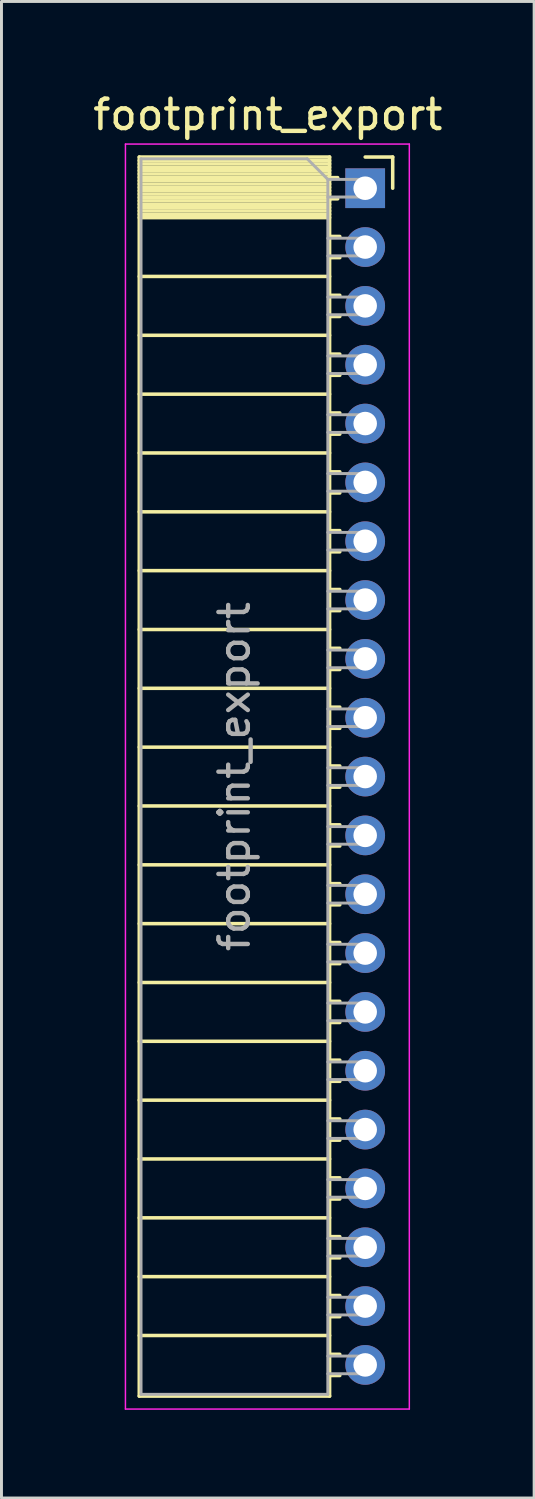
<source format=kicad_pcb>
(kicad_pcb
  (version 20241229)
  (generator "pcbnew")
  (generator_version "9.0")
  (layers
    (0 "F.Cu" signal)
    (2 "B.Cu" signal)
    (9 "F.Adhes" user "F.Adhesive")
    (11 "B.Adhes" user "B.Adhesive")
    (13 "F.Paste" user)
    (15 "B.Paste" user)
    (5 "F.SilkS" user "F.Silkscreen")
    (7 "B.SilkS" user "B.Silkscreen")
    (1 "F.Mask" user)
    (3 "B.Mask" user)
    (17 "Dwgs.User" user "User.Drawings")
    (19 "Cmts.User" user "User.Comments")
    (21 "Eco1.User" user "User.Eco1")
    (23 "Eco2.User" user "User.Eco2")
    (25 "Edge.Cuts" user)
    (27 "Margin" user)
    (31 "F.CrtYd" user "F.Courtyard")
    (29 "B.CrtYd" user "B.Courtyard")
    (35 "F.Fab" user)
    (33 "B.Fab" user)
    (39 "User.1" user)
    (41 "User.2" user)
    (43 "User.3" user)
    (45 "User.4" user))
  (footprint "footprint_export"
    (layer "F.Cu")
    (at 9.364 3.348)
    (property "Reference" "footprint_export" (at -3.31 -2.5 0) (layer "F.SilkS") (effects (font (size 1 1) (thickness 0.15))))
    (attr through_hole)
    (fp_line (start -7.68 -1.06) (end -7.68 41.06) (stroke (width 0.12) (type solid)) (layer "F.SilkS"))
    (fp_line (start -7.68 -1.06) (end -1.21 -1.06) (stroke (width 0.12) (type solid)) (layer "F.SilkS"))
    (fp_line (start -7.68 -0.94) (end -1.21 -0.94) (stroke (width 0.12) (type solid)) (layer "F.SilkS"))
    (fp_line (start -7.68 -0.826) (end -1.21 -0.826) (stroke (width 0.12) (type solid)) (layer "F.SilkS"))
    (fp_line (start -7.68 -0.712) (end -1.21 -0.712) (stroke (width 0.12) (type solid)) (layer "F.SilkS"))
    (fp_line (start -7.68 -0.598) (end -1.21 -0.598) (stroke (width 0.12) (type solid)) (layer "F.SilkS"))
    (fp_line (start -7.68 -0.484) (end -1.21 -0.484) (stroke (width 0.12) (type solid)) (layer "F.SilkS"))
    (fp_line (start -7.68 -0.369) (end -1.21 -0.369) (stroke (width 0.12) (type solid)) (layer "F.SilkS"))
    (fp_line (start -7.68 -0.255) (end -1.21 -0.255) (stroke (width 0.12) (type solid)) (layer "F.SilkS"))
    (fp_line (start -7.68 -0.141) (end -1.21 -0.141) (stroke (width 0.12) (type solid)) (layer "F.SilkS"))
    (fp_line (start -7.68 -0.027) (end -1.21 -0.027) (stroke (width 0.12) (type solid)) (layer "F.SilkS"))
    (fp_line (start -7.68 0.087) (end -1.21 0.087) (stroke (width 0.12) (type solid)) (layer "F.SilkS"))
    (fp_line (start -7.68 0.201) (end -1.21 0.201) (stroke (width 0.12) (type solid)) (layer "F.SilkS"))
    (fp_line (start -7.68 0.315) (end -1.21 0.315) (stroke (width 0.12) (type solid)) (layer "F.SilkS"))
    (fp_line (start -7.68 0.429) (end -1.21 0.429) (stroke (width 0.12) (type solid)) (layer "F.SilkS"))
    (fp_line (start -7.68 0.544) (end -1.21 0.544) (stroke (width 0.12) (type solid)) (layer "F.SilkS"))
    (fp_line (start -7.68 0.658) (end -1.21 0.658) (stroke (width 0.12) (type solid)) (layer "F.SilkS"))
    (fp_line (start -7.68 0.772) (end -1.21 0.772) (stroke (width 0.12) (type solid)) (layer "F.SilkS"))
    (fp_line (start -7.68 0.886) (end -1.21 0.886) (stroke (width 0.12) (type solid)) (layer "F.SilkS"))
    (fp_line (start -7.68 1) (end -1.21 1) (stroke (width 0.12) (type solid)) (layer "F.SilkS"))
    (fp_line (start -7.68 3) (end -1.21 3) (stroke (width 0.12) (type solid)) (layer "F.SilkS"))
    (fp_line (start -7.68 5) (end -1.21 5) (stroke (width 0.12) (type solid)) (layer "F.SilkS"))
    (fp_line (start -7.68 7) (end -1.21 7) (stroke (width 0.12) (type solid)) (layer "F.SilkS"))
    (fp_line (start -7.68 9) (end -1.21 9) (stroke (width 0.12) (type solid)) (layer "F.SilkS"))
    (fp_line (start -7.68 11) (end -1.21 11) (stroke (width 0.12) (type solid)) (layer "F.SilkS"))
    (fp_line (start -7.68 13) (end -1.21 13) (stroke (width 0.12) (type solid)) (layer "F.SilkS"))
    (fp_line (start -7.68 15) (end -1.21 15) (stroke (width 0.12) (type solid)) (layer "F.SilkS"))
    (fp_line (start -7.68 17) (end -1.21 17) (stroke (width 0.12) (type solid)) (layer "F.SilkS"))
    (fp_line (start -7.68 19) (end -1.21 19) (stroke (width 0.12) (type solid)) (layer "F.SilkS"))
    (fp_line (start -7.68 21) (end -1.21 21) (stroke (width 0.12) (type solid)) (layer "F.SilkS"))
    (fp_line (start -7.68 23) (end -1.21 23) (stroke (width 0.12) (type solid)) (layer "F.SilkS"))
    (fp_line (start -7.68 25) (end -1.21 25) (stroke (width 0.12) (type solid)) (layer "F.SilkS"))
    (fp_line (start -7.68 27) (end -1.21 27) (stroke (width 0.12) (type solid)) (layer "F.SilkS"))
    (fp_line (start -7.68 29) (end -1.21 29) (stroke (width 0.12) (type solid)) (layer "F.SilkS"))
    (fp_line (start -7.68 31) (end -1.21 31) (stroke (width 0.12) (type solid)) (layer "F.SilkS"))
    (fp_line (start -7.68 33) (end -1.21 33) (stroke (width 0.12) (type solid)) (layer "F.SilkS"))
    (fp_line (start -7.68 35) (end -1.21 35) (stroke (width 0.12) (type solid)) (layer "F.SilkS"))
    (fp_line (start -7.68 37) (end -1.21 37) (stroke (width 0.12) (type solid)) (layer "F.SilkS"))
    (fp_line (start -7.68 39) (end -1.21 39) (stroke (width 0.12) (type solid)) (layer "F.SilkS"))
    (fp_line (start -7.68 41.06) (end -1.21 41.06) (stroke (width 0.12) (type solid)) (layer "F.SilkS"))
    (fp_line (start -1.21 -1.06) (end -1.21 41.06) (stroke (width 0.12) (type solid)) (layer "F.SilkS"))
    (fp_line (start -1.21 -0.36) (end -0.935 -0.36) (stroke (width 0.12) (type solid)) (layer "F.SilkS"))
    (fp_line (start -1.21 0.36) (end -0.935 0.36) (stroke (width 0.12) (type solid)) (layer "F.SilkS"))
    (fp_line (start -1.21 1.64) (end -0.863 1.64) (stroke (width 0.12) (type solid)) (layer "F.SilkS"))
    (fp_line (start -1.21 2.36) (end -0.863 2.36) (stroke (width 0.12) (type solid)) (layer "F.SilkS"))
    (fp_line (start -1.21 3.64) (end -0.863 3.64) (stroke (width 0.12) (type solid)) (layer "F.SilkS"))
    (fp_line (start -1.21 4.36) (end -0.863 4.36) (stroke (width 0.12) (type solid)) (layer "F.SilkS"))
    (fp_line (start -1.21 5.64) (end -0.863 5.64) (stroke (width 0.12) (type solid)) (layer "F.SilkS"))
    (fp_line (start -1.21 6.36) (end -0.863 6.36) (stroke (width 0.12) (type solid)) (layer "F.SilkS"))
    (fp_line (start -1.21 7.64) (end -0.863 7.64) (stroke (width 0.12) (type solid)) (layer "F.SilkS"))
    (fp_line (start -1.21 8.36) (end -0.863 8.36) (stroke (width 0.12) (type solid)) (layer "F.SilkS"))
    (fp_line (start -1.21 9.64) (end -0.863 9.64) (stroke (width 0.12) (type solid)) (layer "F.SilkS"))
    (fp_line (start -1.21 10.36) (end -0.863 10.36) (stroke (width 0.12) (type solid)) (layer "F.SilkS"))
    (fp_line (start -1.21 11.64) (end -0.863 11.64) (stroke (width 0.12) (type solid)) (layer "F.SilkS"))
    (fp_line (start -1.21 12.36) (end -0.863 12.36) (stroke (width 0.12) (type solid)) (layer "F.SilkS"))
    (fp_line (start -1.21 13.64) (end -0.863 13.64) (stroke (width 0.12) (type solid)) (layer "F.SilkS"))
    (fp_line (start -1.21 14.36) (end -0.863 14.36) (stroke (width 0.12) (type solid)) (layer "F.SilkS"))
    (fp_line (start -1.21 15.64) (end -0.863 15.64) (stroke (width 0.12) (type solid)) (layer "F.SilkS"))
    (fp_line (start -1.21 16.36) (end -0.863 16.36) (stroke (width 0.12) (type solid)) (layer "F.SilkS"))
    (fp_line (start -1.21 17.64) (end -0.863 17.64) (stroke (width 0.12) (type solid)) (layer "F.SilkS"))
    (fp_line (start -1.21 18.36) (end -0.863 18.36) (stroke (width 0.12) (type solid)) (layer "F.SilkS"))
    (fp_line (start -1.21 19.64) (end -0.863 19.64) (stroke (width 0.12) (type solid)) (layer "F.SilkS"))
    (fp_line (start -1.21 20.36) (end -0.863 20.36) (stroke (width 0.12) (type solid)) (layer "F.SilkS"))
    (fp_line (start -1.21 21.64) (end -0.863 21.64) (stroke (width 0.12) (type solid)) (layer "F.SilkS"))
    (fp_line (start -1.21 22.36) (end -0.863 22.36) (stroke (width 0.12) (type solid)) (layer "F.SilkS"))
    (fp_line (start -1.21 23.64) (end -0.863 23.64) (stroke (width 0.12) (type solid)) (layer "F.SilkS"))
    (fp_line (start -1.21 24.36) (end -0.863 24.36) (stroke (width 0.12) (type solid)) (layer "F.SilkS"))
    (fp_line (start -1.21 25.64) (end -0.863 25.64) (stroke (width 0.12) (type solid)) (layer "F.SilkS"))
    (fp_line (start -1.21 26.36) (end -0.863 26.36) (stroke (width 0.12) (type solid)) (layer "F.SilkS"))
    (fp_line (start -1.21 27.64) (end -0.863 27.64) (stroke (width 0.12) (type solid)) (layer "F.SilkS"))
    (fp_line (start -1.21 28.36) (end -0.863 28.36) (stroke (width 0.12) (type solid)) (layer "F.SilkS"))
    (fp_line (start -1.21 29.64) (end -0.863 29.64) (stroke (width 0.12) (type solid)) (layer "F.SilkS"))
    (fp_line (start -1.21 30.36) (end -0.863 30.36) (stroke (width 0.12) (type solid)) (layer "F.SilkS"))
    (fp_line (start -1.21 31.64) (end -0.863 31.64) (stroke (width 0.12) (type solid)) (layer "F.SilkS"))
    (fp_line (start -1.21 32.36) (end -0.863 32.36) (stroke (width 0.12) (type solid)) (layer "F.SilkS"))
    (fp_line (start -1.21 33.64) (end -0.863 33.64) (stroke (width 0.12) (type solid)) (layer "F.SilkS"))
    (fp_line (start -1.21 34.36) (end -0.863 34.36) (stroke (width 0.12) (type solid)) (layer "F.SilkS"))
    (fp_line (start -1.21 35.64) (end -0.863 35.64) (stroke (width 0.12) (type solid)) (layer "F.SilkS"))
    (fp_line (start -1.21 36.36) (end -0.863 36.36) (stroke (width 0.12) (type solid)) (layer "F.SilkS"))
    (fp_line (start -1.21 37.64) (end -0.863 37.64) (stroke (width 0.12) (type solid)) (layer "F.SilkS"))
    (fp_line (start -1.21 38.36) (end -0.863 38.36) (stroke (width 0.12) (type solid)) (layer "F.SilkS"))
    (fp_line (start -1.21 39.64) (end -0.863 39.64) (stroke (width 0.12) (type solid)) (layer "F.SilkS"))
    (fp_line (start -1.21 40.36) (end -0.863 40.36) (stroke (width 0.12) (type solid)) (layer "F.SilkS"))
    (fp_line (start 0 -1.06) (end 0.935 -1.06) (stroke (width 0.12) (type solid)) (layer "F.SilkS"))
    (fp_line (start 0.935 -1.06) (end 0.935 0) (stroke (width 0.12) (type solid)) (layer "F.SilkS"))
    (fp_line (start -8.15 -1.5) (end -8.15 41.5) (stroke (width 0.05) (type solid)) (layer "F.CrtYd"))
    (fp_line (start -8.15 41.5) (end 1.5 41.5) (stroke (width 0.05) (type solid)) (layer "F.CrtYd"))
    (fp_line (start 1.5 -1.5) (end -8.15 -1.5) (stroke (width 0.05) (type solid)) (layer "F.CrtYd"))
    (fp_line (start 1.5 41.5) (end 1.5 -1.5) (stroke (width 0.05) (type solid)) (layer "F.CrtYd"))
    (fp_line (start -7.62 -1) (end -1.97 -1) (stroke (width 0.1) (type solid)) (layer "F.Fab"))
    (fp_line (start -7.62 41) (end -7.62 -1) (stroke (width 0.1) (type solid)) (layer "F.Fab"))
    (fp_line (start -1.97 -1) (end -1.27 -0.3) (stroke (width 0.1) (type solid)) (layer "F.Fab"))
    (fp_line (start -1.27 -0.3) (end -1.27 41) (stroke (width 0.1) (type solid)) (layer "F.Fab"))
    (fp_line (start -1.27 0.3) (end 0 0.3) (stroke (width 0.1) (type solid)) (layer "F.Fab"))
    (fp_line (start -1.27 2.3) (end 0 2.3) (stroke (width 0.1) (type solid)) (layer "F.Fab"))
    (fp_line (start -1.27 4.3) (end 0 4.3) (stroke (width 0.1) (type solid)) (layer "F.Fab"))
    (fp_line (start -1.27 6.3) (end 0 6.3) (stroke (width 0.1) (type solid)) (layer "F.Fab"))
    (fp_line (start -1.27 8.3) (end 0 8.3) (stroke (width 0.1) (type solid)) (layer "F.Fab"))
    (fp_line (start -1.27 10.3) (end 0 10.3) (stroke (width 0.1) (type solid)) (layer "F.Fab"))
    (fp_line (start -1.27 12.3) (end 0 12.3) (stroke (width 0.1) (type solid)) (layer "F.Fab"))
    (fp_line (start -1.27 14.3) (end 0 14.3) (stroke (width 0.1) (type solid)) (layer "F.Fab"))
    (fp_line (start -1.27 16.3) (end 0 16.3) (stroke (width 0.1) (type solid)) (layer "F.Fab"))
    (fp_line (start -1.27 18.3) (end 0 18.3) (stroke (width 0.1) (type solid)) (layer "F.Fab"))
    (fp_line (start -1.27 20.3) (end 0 20.3) (stroke (width 0.1) (type solid)) (layer "F.Fab"))
    (fp_line (start -1.27 22.3) (end 0 22.3) (stroke (width 0.1) (type solid)) (layer "F.Fab"))
    (fp_line (start -1.27 24.3) (end 0 24.3) (stroke (width 0.1) (type solid)) (layer "F.Fab"))
    (fp_line (start -1.27 26.3) (end 0 26.3) (stroke (width 0.1) (type solid)) (layer "F.Fab"))
    (fp_line (start -1.27 28.3) (end 0 28.3) (stroke (width 0.1) (type solid)) (layer "F.Fab"))
    (fp_line (start -1.27 30.3) (end 0 30.3) (stroke (width 0.1) (type solid)) (layer "F.Fab"))
    (fp_line (start -1.27 32.3) (end 0 32.3) (stroke (width 0.1) (type solid)) (layer "F.Fab"))
    (fp_line (start -1.27 34.3) (end 0 34.3) (stroke (width 0.1) (type solid)) (layer "F.Fab"))
    (fp_line (start -1.27 36.3) (end 0 36.3) (stroke (width 0.1) (type solid)) (layer "F.Fab"))
    (fp_line (start -1.27 38.3) (end 0 38.3) (stroke (width 0.1) (type solid)) (layer "F.Fab"))
    (fp_line (start -1.27 40.3) (end 0 40.3) (stroke (width 0.1) (type solid)) (layer "F.Fab"))
    (fp_line (start -1.27 41) (end -7.62 41) (stroke (width 0.1) (type solid)) (layer "F.Fab"))
    (fp_line (start 0 -0.3) (end -1.27 -0.3) (stroke (width 0.1) (type solid)) (layer "F.Fab"))
    (fp_line (start 0 0.3) (end 0 -0.3) (stroke (width 0.1) (type solid)) (layer "F.Fab"))
    (fp_line (start 0 1.7) (end -1.27 1.7) (stroke (width 0.1) (type solid)) (layer "F.Fab"))
    (fp_line (start 0 2.3) (end 0 1.7) (stroke (width 0.1) (type solid)) (layer "F.Fab"))
    (fp_line (start 0 3.7) (end -1.27 3.7) (stroke (width 0.1) (type solid)) (layer "F.Fab"))
    (fp_line (start 0 4.3) (end 0 3.7) (stroke (width 0.1) (type solid)) (layer "F.Fab"))
    (fp_line (start 0 5.7) (end -1.27 5.7) (stroke (width 0.1) (type solid)) (layer "F.Fab"))
    (fp_line (start 0 6.3) (end 0 5.7) (stroke (width 0.1) (type solid)) (layer "F.Fab"))
    (fp_line (start 0 7.7) (end -1.27 7.7) (stroke (width 0.1) (type solid)) (layer "F.Fab"))
    (fp_line (start 0 8.3) (end 0 7.7) (stroke (width 0.1) (type solid)) (layer "F.Fab"))
    (fp_line (start 0 9.7) (end -1.27 9.7) (stroke (width 0.1) (type solid)) (layer "F.Fab"))
    (fp_line (start 0 10.3) (end 0 9.7) (stroke (width 0.1) (type solid)) (layer "F.Fab"))
    (fp_line (start 0 11.7) (end -1.27 11.7) (stroke (width 0.1) (type solid)) (layer "F.Fab"))
    (fp_line (start 0 12.3) (end 0 11.7) (stroke (width 0.1) (type solid)) (layer "F.Fab"))
    (fp_line (start 0 13.7) (end -1.27 13.7) (stroke (width 0.1) (type solid)) (layer "F.Fab"))
    (fp_line (start 0 14.3) (end 0 13.7) (stroke (width 0.1) (type solid)) (layer "F.Fab"))
    (fp_line (start 0 15.7) (end -1.27 15.7) (stroke (width 0.1) (type solid)) (layer "F.Fab"))
    (fp_line (start 0 16.3) (end 0 15.7) (stroke (width 0.1) (type solid)) (layer "F.Fab"))
    (fp_line (start 0 17.7) (end -1.27 17.7) (stroke (width 0.1) (type solid)) (layer "F.Fab"))
    (fp_line (start 0 18.3) (end 0 17.7) (stroke (width 0.1) (type solid)) (layer "F.Fab"))
    (fp_line (start 0 19.7) (end -1.27 19.7) (stroke (width 0.1) (type solid)) (layer "F.Fab"))
    (fp_line (start 0 20.3) (end 0 19.7) (stroke (width 0.1) (type solid)) (layer "F.Fab"))
    (fp_line (start 0 21.7) (end -1.27 21.7) (stroke (width 0.1) (type solid)) (layer "F.Fab"))
    (fp_line (start 0 22.3) (end 0 21.7) (stroke (width 0.1) (type solid)) (layer "F.Fab"))
    (fp_line (start 0 23.7) (end -1.27 23.7) (stroke (width 0.1) (type solid)) (layer "F.Fab"))
    (fp_line (start 0 24.3) (end 0 23.7) (stroke (width 0.1) (type solid)) (layer "F.Fab"))
    (fp_line (start 0 25.7) (end -1.27 25.7) (stroke (width 0.1) (type solid)) (layer "F.Fab"))
    (fp_line (start 0 26.3) (end 0 25.7) (stroke (width 0.1) (type solid)) (layer "F.Fab"))
    (fp_line (start 0 27.7) (end -1.27 27.7) (stroke (width 0.1) (type solid)) (layer "F.Fab"))
    (fp_line (start 0 28.3) (end 0 27.7) (stroke (width 0.1) (type solid)) (layer "F.Fab"))
    (fp_line (start 0 29.7) (end -1.27 29.7) (stroke (width 0.1) (type solid)) (layer "F.Fab"))
    (fp_line (start 0 30.3) (end 0 29.7) (stroke (width 0.1) (type solid)) (layer "F.Fab"))
    (fp_line (start 0 31.7) (end -1.27 31.7) (stroke (width 0.1) (type solid)) (layer "F.Fab"))
    (fp_line (start 0 32.3) (end 0 31.7) (stroke (width 0.1) (type solid)) (layer "F.Fab"))
    (fp_line (start 0 33.7) (end -1.27 33.7) (stroke (width 0.1) (type solid)) (layer "F.Fab"))
    (fp_line (start 0 34.3) (end 0 33.7) (stroke (width 0.1) (type solid)) (layer "F.Fab"))
    (fp_line (start 0 35.7) (end -1.27 35.7) (stroke (width 0.1) (type solid)) (layer "F.Fab"))
    (fp_line (start 0 36.3) (end 0 35.7) (stroke (width 0.1) (type solid)) (layer "F.Fab"))
    (fp_line (start 0 37.7) (end -1.27 37.7) (stroke (width 0.1) (type solid)) (layer "F.Fab"))
    (fp_line (start 0 38.3) (end 0 37.7) (stroke (width 0.1) (type solid)) (layer "F.Fab"))
    (fp_line (start 0 39.7) (end -1.27 39.7) (stroke (width 0.1) (type solid)) (layer "F.Fab"))
    (fp_line (start 0 40.3) (end 0 39.7) (stroke (width 0.1) (type solid)) (layer "F.Fab"))
    (fp_text user "${REFERENCE}" (at -4.445 20 90) (layer "F.Fab") (effects (font (size 1 1) (thickness 0.15))))
    (pad "1" thru_hole rect (at 0 0) (size 1.35 1.35) (drill 0.8) (layers "*.Cu" "*.Mask"))
    (pad "2" thru_hole oval (at 0 2) (size 1.35 1.35) (drill 0.8) (layers "*.Cu" "*.Mask"))
    (pad "3" thru_hole oval (at 0 4) (size 1.35 1.35) (drill 0.8) (layers "*.Cu" "*.Mask"))
    (pad "4" thru_hole oval (at 0 6) (size 1.35 1.35) (drill 0.8) (layers "*.Cu" "*.Mask"))
    (pad "5" thru_hole oval (at 0 8) (size 1.35 1.35) (drill 0.8) (layers "*.Cu" "*.Mask"))
    (pad "6" thru_hole oval (at 0 10) (size 1.35 1.35) (drill 0.8) (layers "*.Cu" "*.Mask"))
    (pad "7" thru_hole oval (at 0 12) (size 1.35 1.35) (drill 0.8) (layers "*.Cu" "*.Mask"))
    (pad "8" thru_hole oval (at 0 14) (size 1.35 1.35) (drill 0.8) (layers "*.Cu" "*.Mask"))
    (pad "9" thru_hole oval (at 0 16) (size 1.35 1.35) (drill 0.8) (layers "*.Cu" "*.Mask"))
    (pad "10" thru_hole oval (at 0 18) (size 1.35 1.35) (drill 0.8) (layers "*.Cu" "*.Mask"))
    (pad "11" thru_hole oval (at 0 20) (size 1.35 1.35) (drill 0.8) (layers "*.Cu" "*.Mask"))
    (pad "12" thru_hole oval (at 0 22) (size 1.35 1.35) (drill 0.8) (layers "*.Cu" "*.Mask"))
    (pad "13" thru_hole oval (at 0 24) (size 1.35 1.35) (drill 0.8) (layers "*.Cu" "*.Mask"))
    (pad "14" thru_hole oval (at 0 26) (size 1.35 1.35) (drill 0.8) (layers "*.Cu" "*.Mask"))
    (pad "15" thru_hole oval (at 0 28) (size 1.35 1.35) (drill 0.8) (layers "*.Cu" "*.Mask"))
    (pad "16" thru_hole oval (at 0 30) (size 1.35 1.35) (drill 0.8) (layers "*.Cu" "*.Mask"))
    (pad "17" thru_hole oval (at 0 32) (size 1.35 1.35) (drill 0.8) (layers "*.Cu" "*.Mask"))
    (pad "18" thru_hole oval (at 0 34) (size 1.35 1.35) (drill 0.8) (layers "*.Cu" "*.Mask"))
    (pad "19" thru_hole oval (at 0 36) (size 1.35 1.35) (drill 0.8) (layers "*.Cu" "*.Mask"))
    (pad "20" thru_hole oval (at 0 38) (size 1.35 1.35) (drill 0.8) (layers "*.Cu" "*.Mask"))
    (pad "21" thru_hole oval (at 0 40) (size 1.35 1.35) (drill 0.8) (layers "*.Cu" "*.Mask")))
  (gr_rect
    (start -3 -3)
    (end 15.107 47.873)
    (stroke (width 0.1) (type default))
    (fill no)
    (layer "Edge.Cuts")))
</source>
